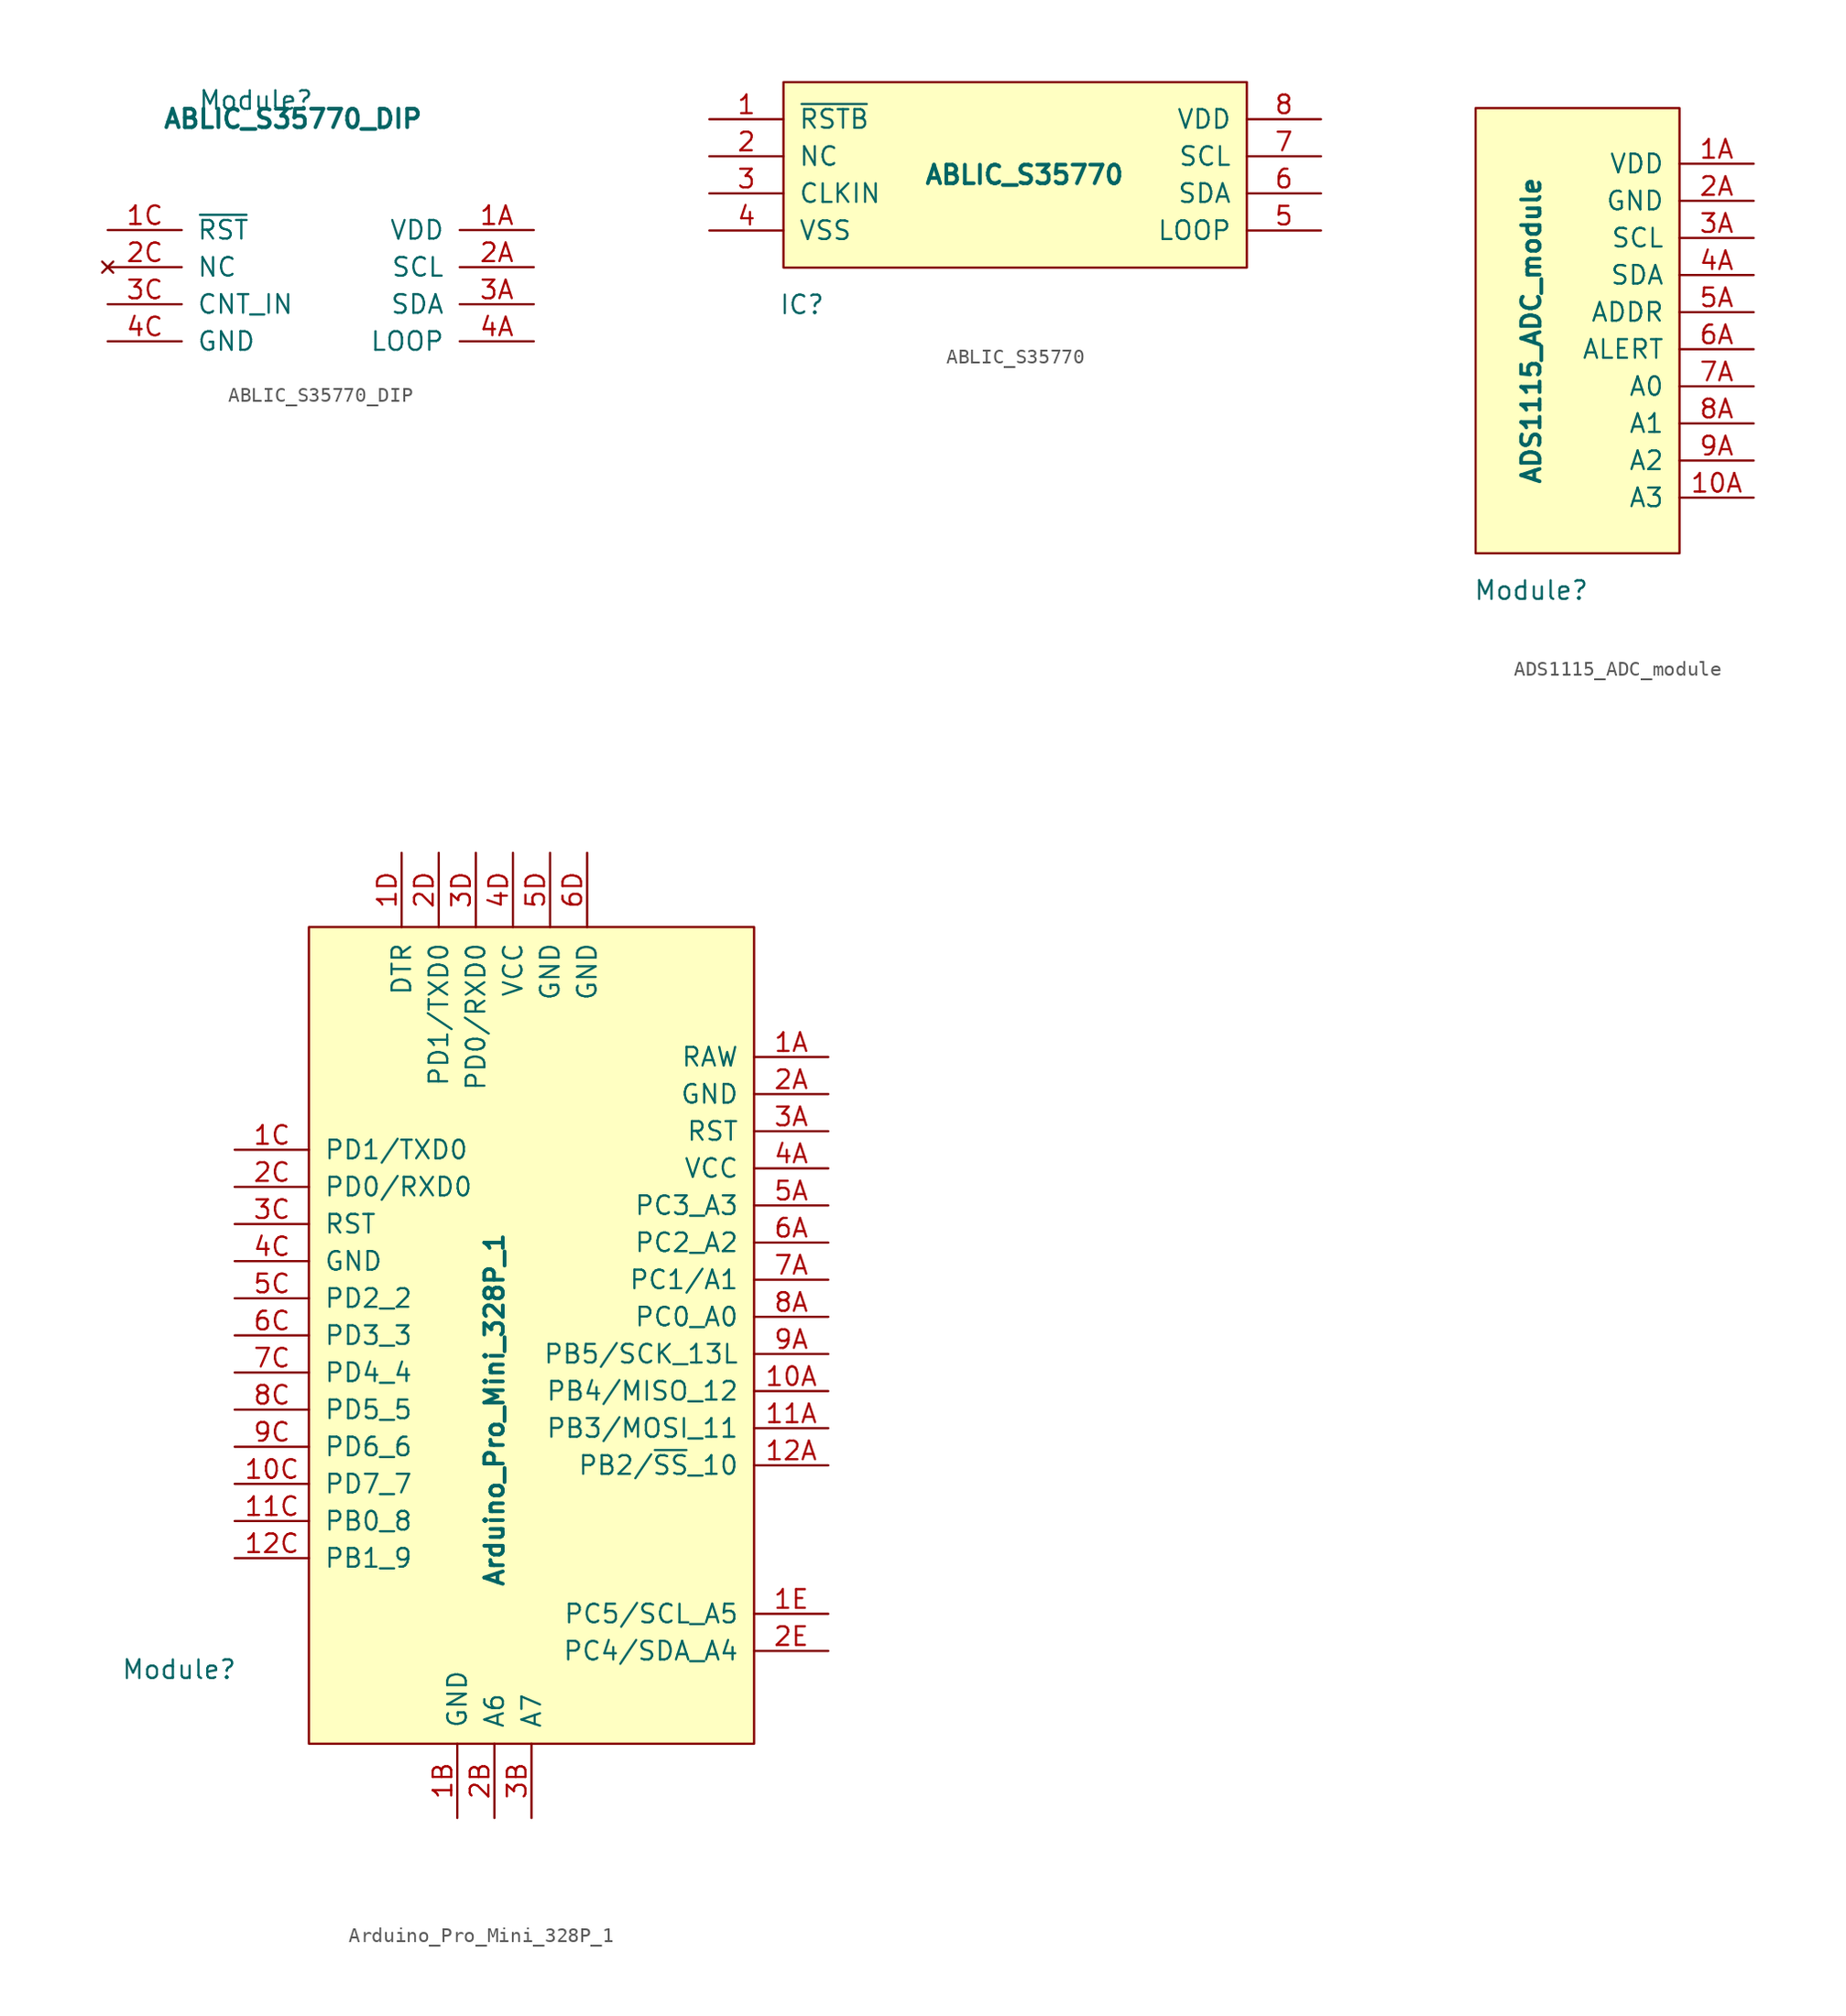
<source format=kicad_sym>
(kicad_symbol_lib
  (version 20211014)
  (generator kicad_symbol_editor)
  (symbol "ABLIC_S35770_DIP"
    (pin_names
      (offset 1.016))
    (property "Reference" "Module"
      (at -5.08 5.08 0)
      (effects (font (size 1.27 1.27))))
    (property "Value" "ABLIC_S35770_DIP"
      (at -2.54 3.81 0)
      (effects (font (size 1.27 1.27) bold)))
    (symbol "ABLIC_S35770_DIP_1_1"
      (pin power_in line (at 13.97 -3.81 180) (length 5.08) (name "VDD" (effects (font (size 1.27 1.27)))) (number "1A" (effects (font (size 1.27 1.27)))))
      (pin input line (at -15.24 -3.81 0) (length 5.08) (name "~{RST}" (effects (font (size 1.27 1.27)))) (number "1C" (effects (font (size 1.27 1.27)))))
      (pin input line (at 13.97 -6.35 180) (length 5.08) (name "SCL" (effects (font (size 1.27 1.27)))) (number "2A" (effects (font (size 1.27 1.27)))))
      (pin no_connect line (at -15.24 -6.35 0) (length 5.08) (name "NC" (effects (font (size 1.27 1.27)))) (number "2C" (effects (font (size 1.27 1.27)))))
      (pin bidirectional line (at 13.97 -8.89 180) (length 5.08) (name "SDA" (effects (font (size 1.27 1.27)))) (number "3A" (effects (font (size 1.27 1.27)))))
      (pin input line (at -15.24 -8.89 0) (length 5.08) (name "CNT_IN" (effects (font (size 1.27 1.27)))) (number "3C" (effects (font (size 1.27 1.27)))))
      (pin output line (at 13.97 -11.43 180) (length 5.08) (name "LOOP" (effects (font (size 1.27 1.27)))) (number "4A" (effects (font (size 1.27 1.27)))))
      (pin power_in line (at -15.24 -11.43 0) (length 5.08) (name "GND" (effects (font (size 1.27 1.27)))) (number "4C" (effects (font (size 1.27 1.27)))))))
  (symbol "ABLIC_S35770"
    (pin_names
      (offset 1.016))
    (property "Reference" "IC"
      (at 1.27 -2.54 0)
      (effects (font (size 1.27 1.27))))
    (property "Value" "ABLIC_S35770"
      (at 16.51 6.35 0)
      (effects (font (size 1.27 1.27) bold)))
    (symbol "ABLIC_S35770_0_1"
      (rectangle (start 31.75 0) (end 0 12.7) (stroke (width 0) (type default) (color 0 0 0 0)) (fill (type background))))
    (symbol "ABLIC_S35770_1_1"
      (pin input line (at -5.08 10.16 0) (length 5.08) (name "~{RSTB}" (effects (font (size 1.27 1.27)))) (number "1" (effects (font (size 1.27 1.27)))))
      (pin passive line (at -5.08 7.62 0) (length 5.08) (name "NC" (effects (font (size 1.27 1.27)))) (number "2" (effects (font (size 1.27 1.27)))))
      (pin input line (at -5.08 5.08 0) (length 5.08) (name "CLKIN" (effects (font (size 1.27 1.27)))) (number "3" (effects (font (size 1.27 1.27)))))
      (pin power_in line (at -5.08 2.54 0) (length 5.08) (name "VSS" (effects (font (size 1.27 1.27)))) (number "4" (effects (font (size 1.27 1.27)))))
      (pin output line (at 36.83 2.54 180) (length 5.08) (name "LOOP" (effects (font (size 1.27 1.27)))) (number "5" (effects (font (size 1.27 1.27)))))
      (pin bidirectional line (at 36.83 5.08 180) (length 5.08) (name "SDA" (effects (font (size 1.27 1.27)))) (number "6" (effects (font (size 1.27 1.27)))))
      (pin input line (at 36.83 7.62 180) (length 5.08) (name "SCL" (effects (font (size 1.27 1.27)))) (number "7" (effects (font (size 1.27 1.27)))))
      (pin power_in line (at 36.83 10.16 180) (length 5.08) (name "VDD" (effects (font (size 1.27 1.27)))) (number "8" (effects (font (size 1.27 1.27)))))))
  (symbol "ADS1115_ADC_module"
    (pin_names
      (offset 1.016))
    (property "Reference" "Module"
      (at 3.81 -2.54 0)
      (effects (font (size 1.27 1.27))))
    (property "Value" "ADS1115_ADC_module"
      (at 3.81 15.24 90)
      (effects (font (size 1.27 1.27) bold)))
    (symbol "ADS1115_ADC_module_0_1"
      (rectangle (start 13.97 0) (end 0 30.48) (stroke (width 0) (type default) (color 0 0 0 0)) (fill (type background))))
    (symbol "ADS1115_ADC_module_1_1"
      (pin input line (at 19.05 3.81 180) (length 5.08) (name "A3" (effects (font (size 1.27 1.27)))) (number "10A" (effects (font (size 1.27 1.27)))))
      (pin power_in line (at 19.05 26.67 180) (length 5.08) (name "VDD" (effects (font (size 1.27 1.27)))) (number "1A" (effects (font (size 1.27 1.27)))))
      (pin power_in line (at 19.05 24.13 180) (length 5.08) (name "GND" (effects (font (size 1.27 1.27)))) (number "2A" (effects (font (size 1.27 1.27)))))
      (pin input line (at 19.05 21.59 180) (length 5.08) (name "SCL" (effects (font (size 1.27 1.27)))) (number "3A" (effects (font (size 1.27 1.27)))))
      (pin bidirectional line (at 19.05 19.05 180) (length 5.08) (name "SDA" (effects (font (size 1.27 1.27)))) (number "4A" (effects (font (size 1.27 1.27)))))
      (pin input line (at 19.05 16.51 180) (length 5.08) (name "ADDR" (effects (font (size 1.27 1.27)))) (number "5A" (effects (font (size 1.27 1.27)))))
      (pin input line (at 19.05 13.97 180) (length 5.08) (name "ALERT" (effects (font (size 1.27 1.27)))) (number "6A" (effects (font (size 1.27 1.27)))))
      (pin input line (at 19.05 11.43 180) (length 5.08) (name "A0" (effects (font (size 1.27 1.27)))) (number "7A" (effects (font (size 1.27 1.27)))))
      (pin input line (at 19.05 8.89 180) (length 5.08) (name "A1" (effects (font (size 1.27 1.27)))) (number "8A" (effects (font (size 1.27 1.27)))))
      (pin input line (at 19.05 6.35 180) (length 5.08) (name "A2" (effects (font (size 1.27 1.27)))) (number "9A" (effects (font (size 1.27 1.27)))))))
  (symbol "Arduino_Pro_Mini_328P_1"
    (pin_names
      (offset 1.016))
    (property "Reference" "Module"
      (at -8.89 5.08 0)
      (effects (font (size 1.27 1.27))))
    (property "Value" "Arduino_Pro_Mini_328P_1"
      (at 12.7 22.86 90)
      (effects (font (size 1.27 1.27) bold)))
    (symbol "Arduino_Pro_Mini_328P_1_0_0"
      (pin bidirectional line (at 35.56 6.35 180) (length 5.08) (name "PC4/SDA_A4" (effects (font (size 1.27 1.27)))) (number "2E" (effects (font (size 1.27 1.27))))))
    (symbol "Arduino_Pro_Mini_328P_1_0_1"
      (rectangle (start 0 0) (end 30.48 55.88) (stroke (width 0) (type default) (color 0 0 0 0)) (fill (type background))))
    (symbol "Arduino_Pro_Mini_328P_1_1_1"
      (pin bidirectional line (at 35.56 24.13 180) (length 5.08) (name "PB4/MISO_12" (effects (font (size 1.27 1.27)))) (number "10A" (effects (font (size 1.27 1.27)))))
      (pin bidirectional line (at -5.08 17.78 0) (length 5.08) (name "PD7_7" (effects (font (size 1.27 1.27)))) (number "10C" (effects (font (size 1.27 1.27)))))
      (pin bidirectional line (at 35.56 21.59 180) (length 5.08) (name "PB3/MOSI_11" (effects (font (size 1.27 1.27)))) (number "11A" (effects (font (size 1.27 1.27)))))
      (pin bidirectional line (at -5.08 15.24 0) (length 5.08) (name "PB0_8" (effects (font (size 1.27 1.27)))) (number "11C" (effects (font (size 1.27 1.27)))))
      (pin bidirectional line (at 35.56 19.05 180) (length 5.08) (name "PB2/~{SS}_10" (effects (font (size 1.27 1.27)))) (number "12A" (effects (font (size 1.27 1.27)))))
      (pin bidirectional line (at -5.08 12.7 0) (length 5.08) (name "PB1_9" (effects (font (size 1.27 1.27)))) (number "12C" (effects (font (size 1.27 1.27)))))
      (pin power_in line (at 35.56 46.99 180) (length 5.08) (name "RAW" (effects (font (size 1.27 1.27)))) (number "1A" (effects (font (size 1.27 1.27)))))
      (pin power_in line (at 10.16 -5.08 90) (length 5.08) (name "GND" (effects (font (size 1.27 1.27)))) (number "1B" (effects (font (size 1.27 1.27)))))
      (pin bidirectional line (at -5.08 40.64 0) (length 5.08) (name "PD1/TXD0" (effects (font (size 1.27 1.27)))) (number "1C" (effects (font (size 1.27 1.27)))))
      (pin input line (at 6.35 60.96 270) (length 5.08) (name "DTR" (effects (font (size 1.27 1.27)))) (number "1D" (effects (font (size 1.27 1.27)))))
      (pin bidirectional line (at 35.56 8.89 180) (length 5.08) (name "PC5/SCL_A5" (effects (font (size 1.27 1.27)))) (number "1E" (effects (font (size 1.27 1.27)))))
      (pin power_in line (at 35.56 44.45 180) (length 5.08) (name "GND" (effects (font (size 1.27 1.27)))) (number "2A" (effects (font (size 1.27 1.27)))))
      (pin bidirectional line (at 12.7 -5.08 90) (length 5.08) (name "A6" (effects (font (size 1.27 1.27)))) (number "2B" (effects (font (size 1.27 1.27)))))
      (pin bidirectional line (at -5.08 38.1 0) (length 5.08) (name "PD0/RXD0" (effects (font (size 1.27 1.27)))) (number "2C" (effects (font (size 1.27 1.27)))))
      (pin bidirectional line (at 8.89 60.96 270) (length 5.08) (name "PD1/TXD0" (effects (font (size 1.27 1.27)))) (number "2D" (effects (font (size 1.27 1.27)))))
      (pin input line (at 35.56 41.91 180) (length 5.08) (name "RST" (effects (font (size 1.27 1.27)))) (number "3A" (effects (font (size 1.27 1.27)))))
      (pin bidirectional line (at 15.24 -5.08 90) (length 5.08) (name "A7" (effects (font (size 1.27 1.27)))) (number "3B" (effects (font (size 1.27 1.27)))))
      (pin input line (at -5.08 35.56 0) (length 5.08) (name "RST" (effects (font (size 1.27 1.27)))) (number "3C" (effects (font (size 1.27 1.27)))))
      (pin bidirectional line (at 11.43 60.96 270) (length 5.08) (name "PD0/RXD0" (effects (font (size 1.27 1.27)))) (number "3D" (effects (font (size 1.27 1.27)))))
      (pin power_in line (at 35.56 39.37 180) (length 5.08) (name "VCC" (effects (font (size 1.27 1.27)))) (number "4A" (effects (font (size 1.27 1.27)))))
      (pin power_in line (at -5.08 33.02 0) (length 5.08) (name "GND" (effects (font (size 1.27 1.27)))) (number "4C" (effects (font (size 1.27 1.27)))))
      (pin power_in line (at 13.97 60.96 270) (length 5.08) (name "VCC" (effects (font (size 1.27 1.27)))) (number "4D" (effects (font (size 1.27 1.27)))))
      (pin bidirectional line (at 35.56 36.83 180) (length 5.08) (name "PC3_A3" (effects (font (size 1.27 1.27)))) (number "5A" (effects (font (size 1.27 1.27)))))
      (pin bidirectional line (at -5.08 30.48 0) (length 5.08) (name "PD2_2" (effects (font (size 1.27 1.27)))) (number "5C" (effects (font (size 1.27 1.27)))))
      (pin power_in line (at 16.51 60.96 270) (length 5.08) (name "GND" (effects (font (size 1.27 1.27)))) (number "5D" (effects (font (size 1.27 1.27)))))
      (pin bidirectional line (at 35.56 34.29 180) (length 5.08) (name "PC2_A2" (effects (font (size 1.27 1.27)))) (number "6A" (effects (font (size 1.27 1.27)))))
      (pin bidirectional line (at -5.08 27.94 0) (length 5.08) (name "PD3_3" (effects (font (size 1.27 1.27)))) (number "6C" (effects (font (size 1.27 1.27)))))
      (pin power_in line (at 19.05 60.96 270) (length 5.08) (name "GND" (effects (font (size 1.27 1.27)))) (number "6D" (effects (font (size 1.27 1.27)))))
      (pin bidirectional line (at 35.56 31.75 180) (length 5.08) (name "PC1/A1" (effects (font (size 1.27 1.27)))) (number "7A" (effects (font (size 1.27 1.27)))))
      (pin bidirectional line (at -5.08 25.4 0) (length 5.08) (name "PD4_4" (effects (font (size 1.27 1.27)))) (number "7C" (effects (font (size 1.27 1.27)))))
      (pin bidirectional line (at 35.56 29.21 180) (length 5.08) (name "PC0_A0" (effects (font (size 1.27 1.27)))) (number "8A" (effects (font (size 1.27 1.27)))))
      (pin bidirectional line (at -5.08 22.86 0) (length 5.08) (name "PD5_5" (effects (font (size 1.27 1.27)))) (number "8C" (effects (font (size 1.27 1.27)))))
      (pin bidirectional line (at 35.56 26.67 180) (length 5.08) (name "PB5/SCK_13L" (effects (font (size 1.27 1.27)))) (number "9A" (effects (font (size 1.27 1.27)))))
      (pin bidirectional line (at -5.08 20.32 0) (length 5.08) (name "PD6_6" (effects (font (size 1.27 1.27)))) (number "9C" (effects (font (size 1.27 1.27))))))))
</source>
